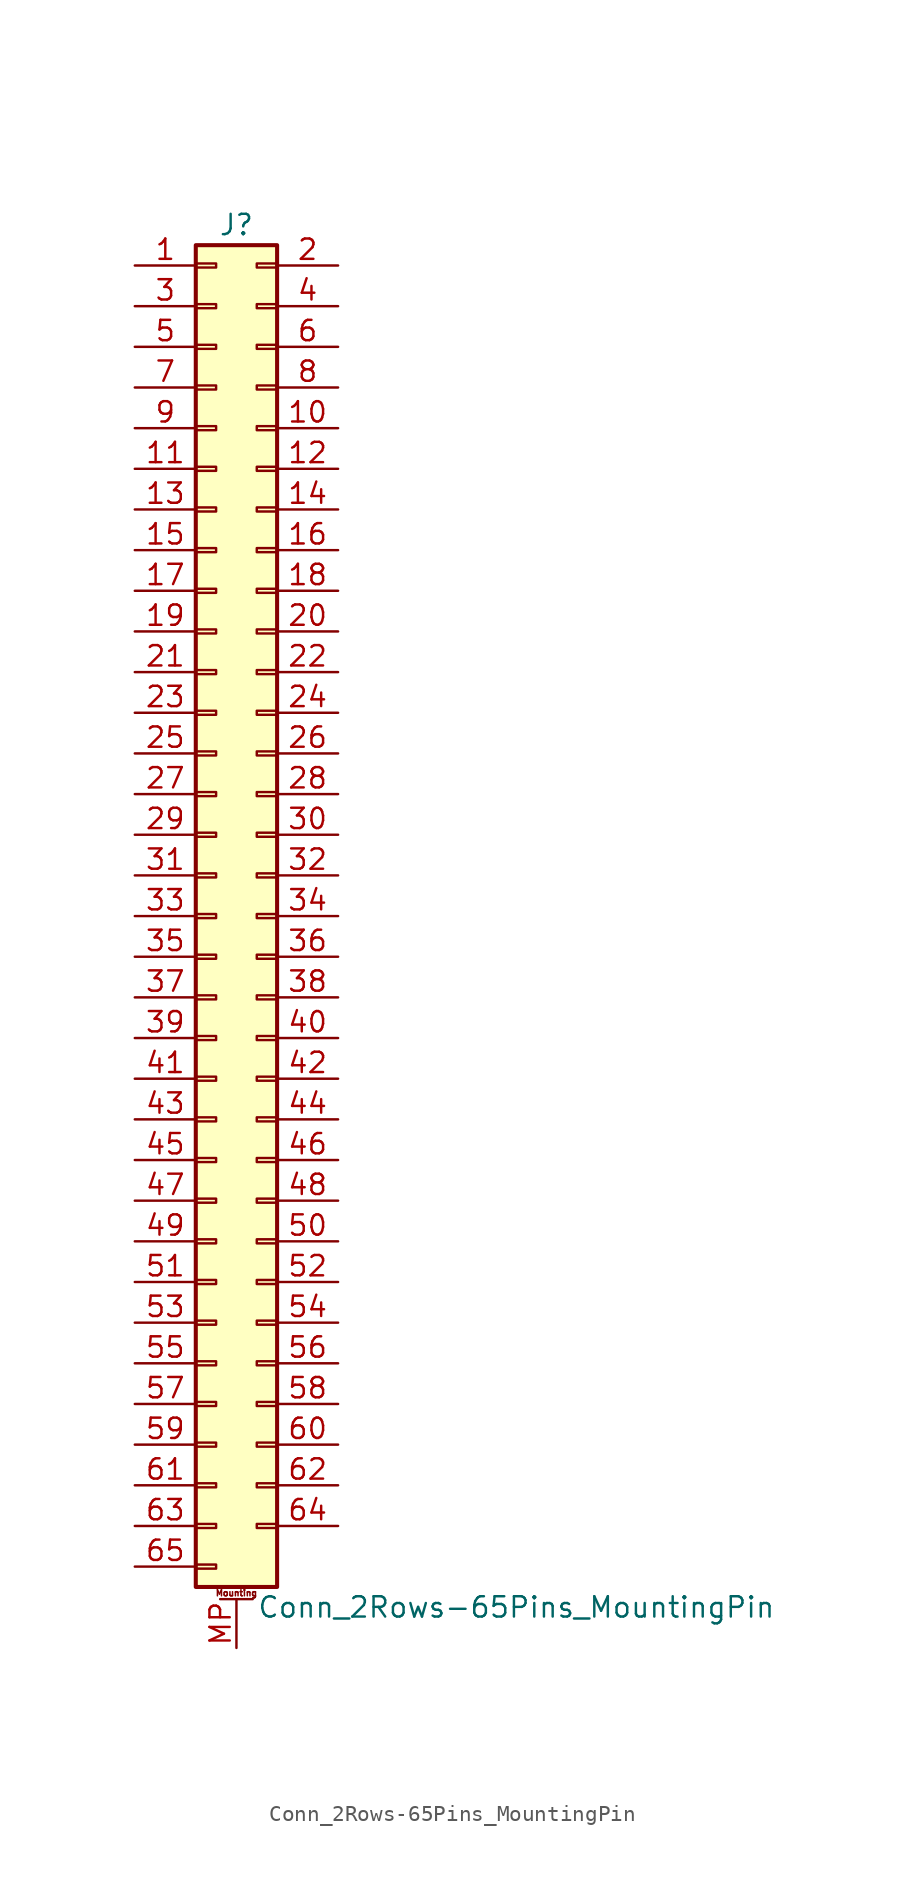
<source format=kicad_sym>
(kicad_symbol_lib
  (version 20201005)
  (generator kicad_symbol_editor)
  (symbol "Conn_2Rows-65Pins_MountingPin"
    (pin_names
      (offset 1.016) hide)
    (property "Reference" "J"
      (at 1.27 43.18 0)
      (effects (font (size 1.27 1.27))))
    (property "Value" "Conn_2Rows-65Pins_MountingPin"
      (at 2.54 -43.18 0)
      (effects (font (size 1.27 1.27)) (justify left)))
    (symbol "Conn_2Rows-65Pins_MountingPin_1_1"
      (text "Mounting" (at 1.27 -42.291 0) (effects (font (size 0.381 0.381))))
      (rectangle (start -1.27 -40.513) (end 0 -40.767) (stroke (width 0.152)) (fill (type none)))
      (rectangle (start -1.27 -37.973) (end 0 -38.227) (stroke (width 0.152)) (fill (type none)))
      (rectangle (start -1.27 -35.433) (end 0 -35.687) (stroke (width 0.152)) (fill (type none)))
      (rectangle (start -1.27 -32.893) (end 0 -33.147) (stroke (width 0.152)) (fill (type none)))
      (rectangle (start -1.27 -30.353) (end 0 -30.607) (stroke (width 0.152)) (fill (type none)))
      (rectangle (start -1.27 -27.813) (end 0 -28.067) (stroke (width 0.152)) (fill (type none)))
      (rectangle (start -1.27 -25.273) (end 0 -25.527) (stroke (width 0.152)) (fill (type none)))
      (rectangle (start -1.27 -22.733) (end 0 -22.987) (stroke (width 0.152)) (fill (type none)))
      (rectangle (start -1.27 -20.193) (end 0 -20.447) (stroke (width 0.152)) (fill (type none)))
      (rectangle (start -1.27 -17.653) (end 0 -17.907) (stroke (width 0.152)) (fill (type none)))
      (rectangle (start -1.27 -15.113) (end 0 -15.367) (stroke (width 0.152)) (fill (type none)))
      (rectangle (start -1.27 -12.573) (end 0 -12.827) (stroke (width 0.152)) (fill (type none)))
      (rectangle (start -1.27 -10.033) (end 0 -10.287) (stroke (width 0.152)) (fill (type none)))
      (rectangle (start -1.27 -7.493) (end 0 -7.747) (stroke (width 0.152)) (fill (type none)))
      (rectangle (start -1.27 -4.953) (end 0 -5.207) (stroke (width 0.152)) (fill (type none)))
      (rectangle (start -1.27 -2.413) (end 0 -2.667) (stroke (width 0.152)) (fill (type none)))
      (rectangle (start -1.27 0.127) (end 0 -0.127) (stroke (width 0.152)) (fill (type none)))
      (rectangle (start -1.27 2.667) (end 0 2.413) (stroke (width 0.152)) (fill (type none)))
      (rectangle (start -1.27 5.207) (end 0 4.953) (stroke (width 0.152)) (fill (type none)))
      (rectangle (start -1.27 7.747) (end 0 7.493) (stroke (width 0.152)) (fill (type none)))
      (rectangle (start -1.27 10.287) (end 0 10.033) (stroke (width 0.152)) (fill (type none)))
      (rectangle (start -1.27 12.827) (end 0 12.573) (stroke (width 0.152)) (fill (type none)))
      (rectangle (start -1.27 15.367) (end 0 15.113) (stroke (width 0.152)) (fill (type none)))
      (rectangle (start -1.27 17.907) (end 0 17.653) (stroke (width 0.152)) (fill (type none)))
      (rectangle (start -1.27 20.447) (end 0 20.193) (stroke (width 0.152)) (fill (type none)))
      (rectangle (start -1.27 22.987) (end 0 22.733) (stroke (width 0.152)) (fill (type none)))
      (rectangle (start -1.27 25.527) (end 0 25.273) (stroke (width 0.152)) (fill (type none)))
      (rectangle (start -1.27 28.067) (end 0 27.813) (stroke (width 0.152)) (fill (type none)))
      (rectangle (start -1.27 30.607) (end 0 30.353) (stroke (width 0.152)) (fill (type none)))
      (rectangle (start -1.27 33.147) (end 0 32.893) (stroke (width 0.152)) (fill (type none)))
      (rectangle (start -1.27 35.687) (end 0 35.433) (stroke (width 0.152)) (fill (type none)))
      (rectangle (start -1.27 38.227) (end 0 37.973) (stroke (width 0.152)) (fill (type none)))
      (rectangle (start -1.27 40.767) (end 0 40.513) (stroke (width 0.152)) (fill (type none)))
      (rectangle (start -1.27 41.91) (end 3.81 -41.91) (stroke (width 0.254)) (fill (type background)))
      (rectangle (start 3.81 -37.973) (end 2.54 -38.227) (stroke (width 0.152)) (fill (type none)))
      (rectangle (start 3.81 -35.433) (end 2.54 -35.687) (stroke (width 0.152)) (fill (type none)))
      (rectangle (start 3.81 -32.893) (end 2.54 -33.147) (stroke (width 0.152)) (fill (type none)))
      (rectangle (start 3.81 -30.353) (end 2.54 -30.607) (stroke (width 0.152)) (fill (type none)))
      (rectangle (start 3.81 -27.813) (end 2.54 -28.067) (stroke (width 0.152)) (fill (type none)))
      (rectangle (start 3.81 -25.273) (end 2.54 -25.527) (stroke (width 0.152)) (fill (type none)))
      (rectangle (start 3.81 -22.733) (end 2.54 -22.987) (stroke (width 0.152)) (fill (type none)))
      (rectangle (start 3.81 -20.193) (end 2.54 -20.447) (stroke (width 0.152)) (fill (type none)))
      (rectangle (start 3.81 -17.653) (end 2.54 -17.907) (stroke (width 0.152)) (fill (type none)))
      (rectangle (start 3.81 -15.113) (end 2.54 -15.367) (stroke (width 0.152)) (fill (type none)))
      (rectangle (start 3.81 -12.573) (end 2.54 -12.827) (stroke (width 0.152)) (fill (type none)))
      (rectangle (start 3.81 -10.033) (end 2.54 -10.287) (stroke (width 0.152)) (fill (type none)))
      (rectangle (start 3.81 -7.493) (end 2.54 -7.747) (stroke (width 0.152)) (fill (type none)))
      (rectangle (start 3.81 -4.953) (end 2.54 -5.207) (stroke (width 0.152)) (fill (type none)))
      (rectangle (start 3.81 -2.413) (end 2.54 -2.667) (stroke (width 0.152)) (fill (type none)))
      (rectangle (start 3.81 0.127) (end 2.54 -0.127) (stroke (width 0.152)) (fill (type none)))
      (rectangle (start 3.81 2.667) (end 2.54 2.413) (stroke (width 0.152)) (fill (type none)))
      (rectangle (start 3.81 5.207) (end 2.54 4.953) (stroke (width 0.152)) (fill (type none)))
      (rectangle (start 3.81 7.747) (end 2.54 7.493) (stroke (width 0.152)) (fill (type none)))
      (rectangle (start 3.81 10.287) (end 2.54 10.033) (stroke (width 0.152)) (fill (type none)))
      (rectangle (start 3.81 12.827) (end 2.54 12.573) (stroke (width 0.152)) (fill (type none)))
      (rectangle (start 3.81 15.367) (end 2.54 15.113) (stroke (width 0.152)) (fill (type none)))
      (rectangle (start 3.81 17.907) (end 2.54 17.653) (stroke (width 0.152)) (fill (type none)))
      (rectangle (start 3.81 20.447) (end 2.54 20.193) (stroke (width 0.152)) (fill (type none)))
      (rectangle (start 3.81 22.987) (end 2.54 22.733) (stroke (width 0.152)) (fill (type none)))
      (rectangle (start 3.81 25.527) (end 2.54 25.273) (stroke (width 0.152)) (fill (type none)))
      (rectangle (start 3.81 28.067) (end 2.54 27.813) (stroke (width 0.152)) (fill (type none)))
      (rectangle (start 3.81 30.607) (end 2.54 30.353) (stroke (width 0.152)) (fill (type none)))
      (rectangle (start 3.81 33.147) (end 2.54 32.893) (stroke (width 0.152)) (fill (type none)))
      (rectangle (start 3.81 35.687) (end 2.54 35.433) (stroke (width 0.152)) (fill (type none)))
      (rectangle (start 3.81 38.227) (end 2.54 37.973) (stroke (width 0.152)) (fill (type none)))
      (rectangle (start 3.81 40.767) (end 2.54 40.513) (stroke (width 0.152)) (fill (type none)))
      (polyline (pts (xy 0.254 -42.672) (xy 2.286 -42.672)) (stroke (width 0.152)) (fill (type none)))
      (pin passive line (at -5.08 40.64 0) (length 3.81) (name "Pin_1" (effects (font (size 1.27 1.27)))) (number "1" (effects (font (size 1.27 1.27)))))
      (pin passive line (at 7.62 30.48 180) (length 3.81) (name "Pin_10" (effects (font (size 1.27 1.27)))) (number "10" (effects (font (size 1.27 1.27)))))
      (pin passive line (at -5.08 27.94 0) (length 3.81) (name "Pin_11" (effects (font (size 1.27 1.27)))) (number "11" (effects (font (size 1.27 1.27)))))
      (pin passive line (at 7.62 27.94 180) (length 3.81) (name "Pin_12" (effects (font (size 1.27 1.27)))) (number "12" (effects (font (size 1.27 1.27)))))
      (pin passive line (at -5.08 25.4 0) (length 3.81) (name "Pin_13" (effects (font (size 1.27 1.27)))) (number "13" (effects (font (size 1.27 1.27)))))
      (pin passive line (at 7.62 25.4 180) (length 3.81) (name "Pin_14" (effects (font (size 1.27 1.27)))) (number "14" (effects (font (size 1.27 1.27)))))
      (pin passive line (at -5.08 22.86 0) (length 3.81) (name "Pin_15" (effects (font (size 1.27 1.27)))) (number "15" (effects (font (size 1.27 1.27)))))
      (pin passive line (at 7.62 22.86 180) (length 3.81) (name "Pin_16" (effects (font (size 1.27 1.27)))) (number "16" (effects (font (size 1.27 1.27)))))
      (pin passive line (at -5.08 20.32 0) (length 3.81) (name "Pin_17" (effects (font (size 1.27 1.27)))) (number "17" (effects (font (size 1.27 1.27)))))
      (pin passive line (at 7.62 20.32 180) (length 3.81) (name "Pin_18" (effects (font (size 1.27 1.27)))) (number "18" (effects (font (size 1.27 1.27)))))
      (pin passive line (at -5.08 17.78 0) (length 3.81) (name "Pin_19" (effects (font (size 1.27 1.27)))) (number "19" (effects (font (size 1.27 1.27)))))
      (pin passive line (at 7.62 40.64 180) (length 3.81) (name "Pin_2" (effects (font (size 1.27 1.27)))) (number "2" (effects (font (size 1.27 1.27)))))
      (pin passive line (at 7.62 17.78 180) (length 3.81) (name "Pin_20" (effects (font (size 1.27 1.27)))) (number "20" (effects (font (size 1.27 1.27)))))
      (pin passive line (at -5.08 15.24 0) (length 3.81) (name "Pin_21" (effects (font (size 1.27 1.27)))) (number "21" (effects (font (size 1.27 1.27)))))
      (pin passive line (at 7.62 15.24 180) (length 3.81) (name "Pin_22" (effects (font (size 1.27 1.27)))) (number "22" (effects (font (size 1.27 1.27)))))
      (pin passive line (at -5.08 12.7 0) (length 3.81) (name "Pin_23" (effects (font (size 1.27 1.27)))) (number "23" (effects (font (size 1.27 1.27)))))
      (pin passive line (at 7.62 12.7 180) (length 3.81) (name "Pin_24" (effects (font (size 1.27 1.27)))) (number "24" (effects (font (size 1.27 1.27)))))
      (pin passive line (at -5.08 10.16 0) (length 3.81) (name "Pin_25" (effects (font (size 1.27 1.27)))) (number "25" (effects (font (size 1.27 1.27)))))
      (pin passive line (at 7.62 10.16 180) (length 3.81) (name "Pin_26" (effects (font (size 1.27 1.27)))) (number "26" (effects (font (size 1.27 1.27)))))
      (pin passive line (at -5.08 7.62 0) (length 3.81) (name "Pin_27" (effects (font (size 1.27 1.27)))) (number "27" (effects (font (size 1.27 1.27)))))
      (pin passive line (at 7.62 7.62 180) (length 3.81) (name "Pin_28" (effects (font (size 1.27 1.27)))) (number "28" (effects (font (size 1.27 1.27)))))
      (pin passive line (at -5.08 5.08 0) (length 3.81) (name "Pin_29" (effects (font (size 1.27 1.27)))) (number "29" (effects (font (size 1.27 1.27)))))
      (pin passive line (at -5.08 38.1 0) (length 3.81) (name "Pin_3" (effects (font (size 1.27 1.27)))) (number "3" (effects (font (size 1.27 1.27)))))
      (pin passive line (at 7.62 5.08 180) (length 3.81) (name "Pin_30" (effects (font (size 1.27 1.27)))) (number "30" (effects (font (size 1.27 1.27)))))
      (pin passive line (at -5.08 2.54 0) (length 3.81) (name "Pin_31" (effects (font (size 1.27 1.27)))) (number "31" (effects (font (size 1.27 1.27)))))
      (pin passive line (at 7.62 2.54 180) (length 3.81) (name "Pin_32" (effects (font (size 1.27 1.27)))) (number "32" (effects (font (size 1.27 1.27)))))
      (pin passive line (at -5.08 0 0) (length 3.81) (name "Pin_33" (effects (font (size 1.27 1.27)))) (number "33" (effects (font (size 1.27 1.27)))))
      (pin passive line (at 7.62 0 180) (length 3.81) (name "Pin_34" (effects (font (size 1.27 1.27)))) (number "34" (effects (font (size 1.27 1.27)))))
      (pin passive line (at -5.08 -2.54 0) (length 3.81) (name "Pin_35" (effects (font (size 1.27 1.27)))) (number "35" (effects (font (size 1.27 1.27)))))
      (pin passive line (at 7.62 -2.54 180) (length 3.81) (name "Pin_36" (effects (font (size 1.27 1.27)))) (number "36" (effects (font (size 1.27 1.27)))))
      (pin passive line (at -5.08 -5.08 0) (length 3.81) (name "Pin_37" (effects (font (size 1.27 1.27)))) (number "37" (effects (font (size 1.27 1.27)))))
      (pin passive line (at 7.62 -5.08 180) (length 3.81) (name "Pin_38" (effects (font (size 1.27 1.27)))) (number "38" (effects (font (size 1.27 1.27)))))
      (pin passive line (at -5.08 -7.62 0) (length 3.81) (name "Pin_39" (effects (font (size 1.27 1.27)))) (number "39" (effects (font (size 1.27 1.27)))))
      (pin passive line (at 7.62 38.1 180) (length 3.81) (name "Pin_4" (effects (font (size 1.27 1.27)))) (number "4" (effects (font (size 1.27 1.27)))))
      (pin passive line (at 7.62 -7.62 180) (length 3.81) (name "Pin_40" (effects (font (size 1.27 1.27)))) (number "40" (effects (font (size 1.27 1.27)))))
      (pin passive line (at -5.08 -10.16 0) (length 3.81) (name "Pin_41" (effects (font (size 1.27 1.27)))) (number "41" (effects (font (size 1.27 1.27)))))
      (pin passive line (at 7.62 -10.16 180) (length 3.81) (name "Pin_42" (effects (font (size 1.27 1.27)))) (number "42" (effects (font (size 1.27 1.27)))))
      (pin passive line (at -5.08 -12.7 0) (length 3.81) (name "Pin_43" (effects (font (size 1.27 1.27)))) (number "43" (effects (font (size 1.27 1.27)))))
      (pin passive line (at 7.62 -12.7 180) (length 3.81) (name "Pin_44" (effects (font (size 1.27 1.27)))) (number "44" (effects (font (size 1.27 1.27)))))
      (pin passive line (at -5.08 -15.24 0) (length 3.81) (name "Pin_45" (effects (font (size 1.27 1.27)))) (number "45" (effects (font (size 1.27 1.27)))))
      (pin passive line (at 7.62 -15.24 180) (length 3.81) (name "Pin_46" (effects (font (size 1.27 1.27)))) (number "46" (effects (font (size 1.27 1.27)))))
      (pin passive line (at -5.08 -17.78 0) (length 3.81) (name "Pin_47" (effects (font (size 1.27 1.27)))) (number "47" (effects (font (size 1.27 1.27)))))
      (pin passive line (at 7.62 -17.78 180) (length 3.81) (name "Pin_48" (effects (font (size 1.27 1.27)))) (number "48" (effects (font (size 1.27 1.27)))))
      (pin passive line (at -5.08 -20.32 0) (length 3.81) (name "Pin_49" (effects (font (size 1.27 1.27)))) (number "49" (effects (font (size 1.27 1.27)))))
      (pin passive line (at -5.08 35.56 0) (length 3.81) (name "Pin_5" (effects (font (size 1.27 1.27)))) (number "5" (effects (font (size 1.27 1.27)))))
      (pin passive line (at 7.62 -20.32 180) (length 3.81) (name "Pin_50" (effects (font (size 1.27 1.27)))) (number "50" (effects (font (size 1.27 1.27)))))
      (pin passive line (at -5.08 -22.86 0) (length 3.81) (name "Pin_51" (effects (font (size 1.27 1.27)))) (number "51" (effects (font (size 1.27 1.27)))))
      (pin passive line (at 7.62 -22.86 180) (length 3.81) (name "Pin_52" (effects (font (size 1.27 1.27)))) (number "52" (effects (font (size 1.27 1.27)))))
      (pin passive line (at -5.08 -25.4 0) (length 3.81) (name "Pin_53" (effects (font (size 1.27 1.27)))) (number "53" (effects (font (size 1.27 1.27)))))
      (pin passive line (at 7.62 -25.4 180) (length 3.81) (name "Pin_54" (effects (font (size 1.27 1.27)))) (number "54" (effects (font (size 1.27 1.27)))))
      (pin passive line (at -5.08 -27.94 0) (length 3.81) (name "Pin_55" (effects (font (size 1.27 1.27)))) (number "55" (effects (font (size 1.27 1.27)))))
      (pin passive line (at 7.62 -27.94 180) (length 3.81) (name "Pin_56" (effects (font (size 1.27 1.27)))) (number "56" (effects (font (size 1.27 1.27)))))
      (pin passive line (at -5.08 -30.48 0) (length 3.81) (name "Pin_57" (effects (font (size 1.27 1.27)))) (number "57" (effects (font (size 1.27 1.27)))))
      (pin passive line (at 7.62 -30.48 180) (length 3.81) (name "Pin_58" (effects (font (size 1.27 1.27)))) (number "58" (effects (font (size 1.27 1.27)))))
      (pin passive line (at -5.08 -33.02 0) (length 3.81) (name "Pin_59" (effects (font (size 1.27 1.27)))) (number "59" (effects (font (size 1.27 1.27)))))
      (pin passive line (at 7.62 35.56 180) (length 3.81) (name "Pin_6" (effects (font (size 1.27 1.27)))) (number "6" (effects (font (size 1.27 1.27)))))
      (pin passive line (at 7.62 -33.02 180) (length 3.81) (name "Pin_60" (effects (font (size 1.27 1.27)))) (number "60" (effects (font (size 1.27 1.27)))))
      (pin passive line (at -5.08 -35.56 0) (length 3.81) (name "Pin_61" (effects (font (size 1.27 1.27)))) (number "61" (effects (font (size 1.27 1.27)))))
      (pin passive line (at 7.62 -35.56 180) (length 3.81) (name "Pin_62" (effects (font (size 1.27 1.27)))) (number "62" (effects (font (size 1.27 1.27)))))
      (pin passive line (at -5.08 -38.1 0) (length 3.81) (name "Pin_63" (effects (font (size 1.27 1.27)))) (number "63" (effects (font (size 1.27 1.27)))))
      (pin passive line (at 7.62 -38.1 180) (length 3.81) (name "Pin_64" (effects (font (size 1.27 1.27)))) (number "64" (effects (font (size 1.27 1.27)))))
      (pin passive line (at -5.08 -40.64 0) (length 3.81) (name "Pin_65" (effects (font (size 1.27 1.27)))) (number "65" (effects (font (size 1.27 1.27)))))
      (pin passive line (at -5.08 33.02 0) (length 3.81) (name "Pin_7" (effects (font (size 1.27 1.27)))) (number "7" (effects (font (size 1.27 1.27)))))
      (pin passive line (at 7.62 33.02 180) (length 3.81) (name "Pin_8" (effects (font (size 1.27 1.27)))) (number "8" (effects (font (size 1.27 1.27)))))
      (pin passive line (at -5.08 30.48 0) (length 3.81) (name "Pin_9" (effects (font (size 1.27 1.27)))) (number "9" (effects (font (size 1.27 1.27)))))
      (pin passive line (at 1.27 -45.72 90) (length 3.048) (name "MountPin" (effects (font (size 1.27 1.27)))) (number "MP" (effects (font (size 1.27 1.27))))))))
</source>
